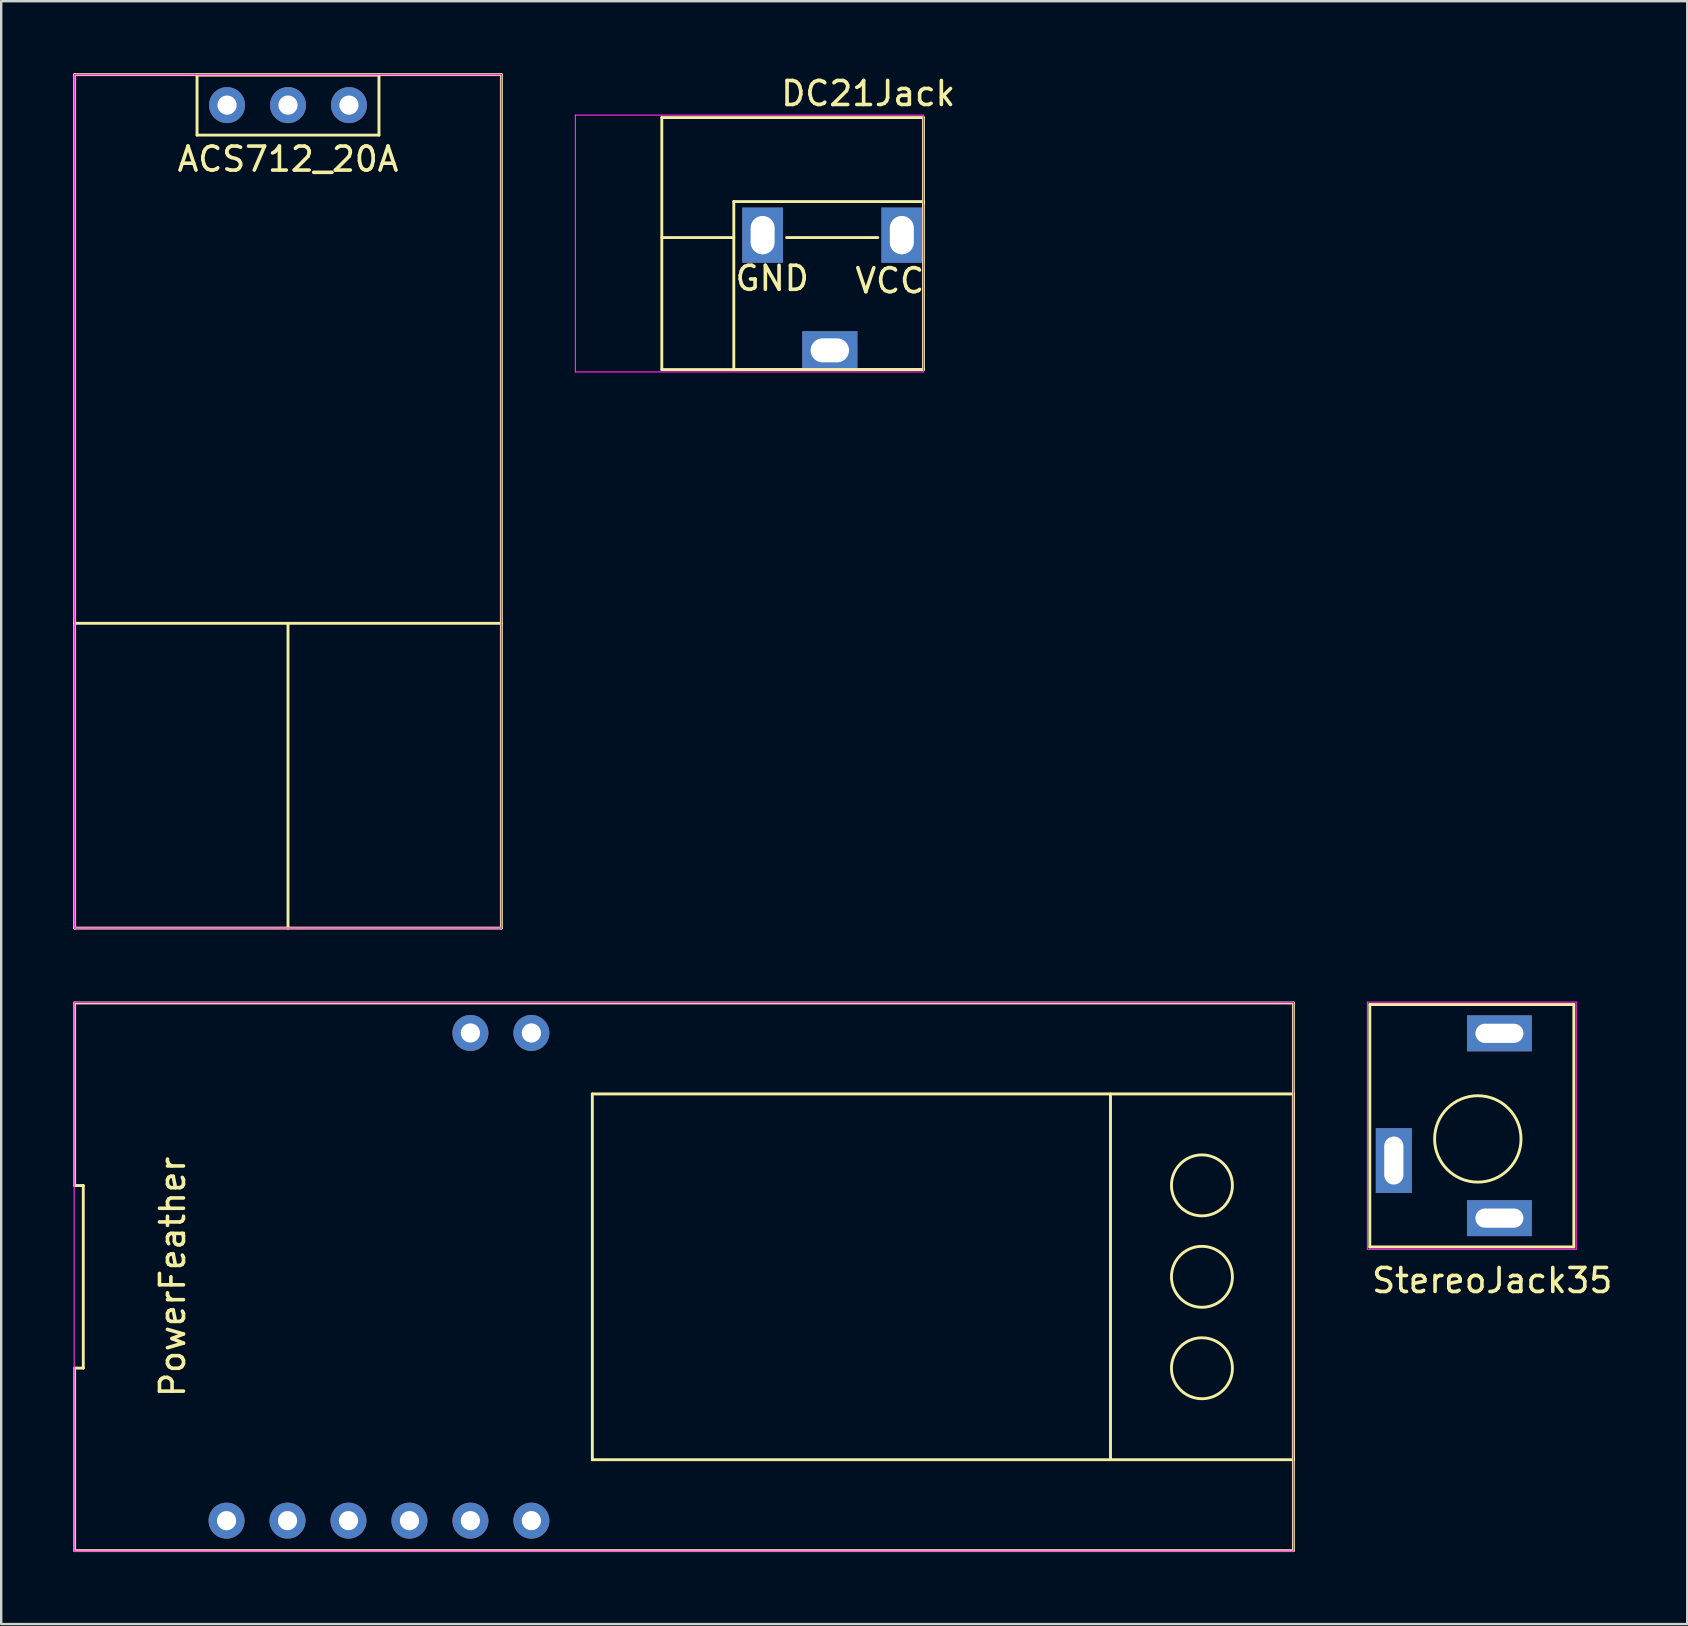
<source format=kicad_pcb>
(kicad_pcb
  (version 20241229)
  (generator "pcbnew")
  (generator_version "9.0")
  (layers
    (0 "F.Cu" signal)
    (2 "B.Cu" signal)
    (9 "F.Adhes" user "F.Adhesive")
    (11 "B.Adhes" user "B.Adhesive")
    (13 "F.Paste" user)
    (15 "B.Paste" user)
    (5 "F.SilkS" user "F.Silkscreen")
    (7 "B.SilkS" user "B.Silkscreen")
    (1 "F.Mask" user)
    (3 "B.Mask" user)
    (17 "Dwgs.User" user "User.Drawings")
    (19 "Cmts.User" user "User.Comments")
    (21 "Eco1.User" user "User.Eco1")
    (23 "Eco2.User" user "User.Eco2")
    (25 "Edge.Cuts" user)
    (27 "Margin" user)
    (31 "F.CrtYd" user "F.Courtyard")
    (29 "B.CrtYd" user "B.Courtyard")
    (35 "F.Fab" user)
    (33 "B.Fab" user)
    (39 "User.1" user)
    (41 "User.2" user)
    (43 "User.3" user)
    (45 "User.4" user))
  (footprint "DC21Jack"
    (layer "F.Cu")
    (at 34.525 6.748)
    (property "Reference" "DC21Jack" (at -1.4 -5.9 0) (layer "F.SilkS") (effects (font (size 1 1) (thickness 0.15))))
    (attr through_hole)
    (fp_line (start -10 -4.9) (end 0.9 -4.9) (stroke (width 0.12) (type solid)) (layer "F.SilkS"))
    (fp_line (start -10 0.1) (end -7 0.1) (stroke (width 0.12) (type solid)) (layer "F.SilkS"))
    (fp_line (start -10 5.6) (end -10 -4.9) (stroke (width 0.12) (type solid)) (layer "F.SilkS"))
    (fp_line (start -7 -1.4) (end 0.9 -1.4) (stroke (width 0.12) (type solid)) (layer "F.SilkS"))
    (fp_line (start -7 5.6) (end -7 -1.4) (stroke (width 0.12) (type solid)) (layer "F.SilkS"))
    (fp_line (start -4.8 0.1) (end -1 0.1) (stroke (width 0.12) (type solid)) (layer "F.SilkS"))
    (fp_line (start 0.9 -4.9) (end 0.9 -1.3) (stroke (width 0.12) (type solid)) (layer "F.SilkS"))
    (fp_line (start 0.9 -1.4) (end 0.9 5.6) (stroke (width 0.12) (type solid)) (layer "F.SilkS"))
    (fp_line (start 0.9 5.6) (end -10 5.6) (stroke (width 0.12) (type solid)) (layer "F.SilkS"))
    (fp_line (start 0.9 5.6) (end -7 5.6) (stroke (width 0.12) (type solid)) (layer "F.SilkS"))
    (fp_line (start -13.6 5.7) (end -13.6 -5) (stroke (width 0.05) (type solid)) (layer "F.CrtYd"))
    (fp_line (start 0.9 -5) (end -13.6 -5) (stroke (width 0.05) (type solid)) (layer "F.CrtYd"))
    (fp_line (start 0.9 -5) (end 0.9 5.7) (stroke (width 0.05) (type solid)) (layer "F.CrtYd"))
    (fp_line (start 0.9 5.7) (end -13.6 5.7) (stroke (width 0.05) (type solid)) (layer "F.CrtYd"))
    (fp_text user "VCC" (at -0.5 1.9 0) (layer "F.SilkS") (effects (font (size 1 1) (thickness 0.15))))
    (fp_text user "GND" (at -5.4 1.8 0) (layer "F.SilkS") (effects (font (size 1 1) (thickness 0.15))))
    (pad "1" thru_hole rect (at 0 0) (size 1.7 2.3) (drill oval 1 1.6) (layers "*.Cu" "*.Mask"))
    (pad "2" thru_hole rect (at -5.8 0) (size 1.7 2.3) (drill oval 1 1.6) (layers "*.Cu" "*.Mask"))
    (pad "3" thru_hole rect (at -3 4.8) (size 2.3 1.6) (drill oval 1.6 1) (layers "*.Cu" "*.Mask")))
  (footprint "PowerFeather"
    (layer "F.Cu")
    (at 6.39 60.31)
    (property "Reference" "PowerFeather" (at -2.25 -10.16 90) (layer "F.SilkS") (effects (font (size 1 1) (thickness 0.15))))
    (attr through_hole)
    (fp_line (start -6.33 -13.963) (end -5.97 -13.963) (stroke (width 0.12) (type solid)) (layer "F.SilkS"))
    (fp_line (start -6.33 -6.357) (end -6.33 1.25) (stroke (width 0.12) (type solid)) (layer "F.SilkS"))
    (fp_line (start -6.33 1.25) (end 44.45 1.25) (stroke (width 0.12) (type solid)) (layer "F.SilkS"))
    (fp_line (start -6.33 -21.57) (end -6.33 -13.963) (stroke (width 0.12) (type solid)) (layer "F.SilkS"))
    (fp_line (start -5.97 -13.963) (end -5.97 -6.357) (stroke (width 0.12) (type solid)) (layer "F.SilkS"))
    (fp_line (start -5.97 -6.357) (end -6.33 -6.357) (stroke (width 0.12) (type solid)) (layer "F.SilkS"))
    (fp_line (start 15.24 -17.78) (end 15.24 -2.54) (stroke (width 0.12) (type solid)) (layer "F.SilkS"))
    (fp_line (start 15.24 -2.54) (end 44.45 -2.54) (stroke (width 0.12) (type solid)) (layer "F.SilkS"))
    (fp_line (start 36.83 -2.54) (end 36.83 -17.78) (stroke (width 0.12) (type solid)) (layer "F.SilkS"))
    (fp_line (start 44.45 -17.78) (end 15.24 -17.78) (stroke (width 0.12) (type solid)) (layer "F.SilkS"))
    (fp_line (start 44.45 -2.54) (end 44.45 -17.78) (stroke (width 0.12) (type solid)) (layer "F.SilkS"))
    (fp_line (start 44.45 1.25) (end 44.45 -21.57) (stroke (width 0.12) (type solid)) (layer "F.SilkS"))
    (fp_line (start 44.45 -21.57) (end -6.33 -21.57) (stroke (width 0.12) (type solid)) (layer "F.SilkS"))
    (fp_circle (center 40.64 -13.97) (end 41.91 -13.97) (stroke (width 0.12) (type solid)) (fill no) (layer "F.SilkS"))
    (fp_circle (center 40.64 -10.16) (end 41.91 -10.16) (stroke (width 0.12) (type solid)) (fill no) (layer "F.SilkS"))
    (fp_circle (center 40.64 -6.35) (end 41.91 -6.35) (stroke (width 0.12) (type solid)) (fill no) (layer "F.SilkS"))
    (fp_line (start -6.35 -21.59) (end 44.45 -21.59) (stroke (width 0.05) (type solid)) (layer "F.CrtYd"))
    (fp_line (start -6.35 1.27) (end -6.35 -21.59) (stroke (width 0.05) (type solid)) (layer "F.CrtYd"))
    (fp_line (start -6.35 1.27) (end 44.45 1.27) (stroke (width 0.05) (type solid)) (layer "F.CrtYd"))
    (fp_line (start 44.45 -21.59) (end 44.45 1.27) (stroke (width 0.05) (type solid)) (layer "F.CrtYd"))
    (pad "1" thru_hole circle (at 0 0) (size 1.5 1.5) (drill 0.8) (layers "*.Cu" "*.Mask"))
    (pad "2" thru_hole circle (at 2.54 0) (size 1.5 1.5) (drill 0.8) (layers "*.Cu" "*.Mask"))
    (pad "3" thru_hole circle (at 5.08 0) (size 1.5 1.5) (drill 0.8) (layers "*.Cu" "*.Mask"))
    (pad "4" thru_hole circle (at 7.62 0) (size 1.5 1.5) (drill 0.8) (layers "*.Cu" "*.Mask"))
    (pad "5" thru_hole circle (at 10.16 0) (size 1.5 1.5) (drill 0.8) (layers "*.Cu" "*.Mask"))
    (pad "6" thru_hole circle (at 12.7 0) (size 1.5 1.5) (drill 0.8) (layers "*.Cu" "*.Mask"))
    (pad "7" thru_hole circle (at 12.7 -20.32) (size 1.5 1.5) (drill 0.8) (layers "*.Cu" "*.Mask"))
    (pad "8" thru_hole circle (at 10.16 -20.32) (size 1.5 1.5) (drill 0.8) (layers "*.Cu" "*.Mask")))
  (footprint "ACS712_20A"
    (layer "F.Cu")
    (at 8.95 1.33)
    (property "Reference" "ACS712_20A" (at 0 2.25 0) (layer "F.SilkS") (effects (font (size 1 1) (thickness 0.15))))
    (attr through_hole)
    (fp_line (start -8.89 -1.27) (end -8.89 21.59) (stroke (width 0.12) (type solid)) (layer "F.SilkS"))
    (fp_line (start -8.89 21.59) (end -8.89 34.29) (stroke (width 0.12) (type solid)) (layer "F.SilkS"))
    (fp_line (start -8.89 34.29) (end 8.89 34.29) (stroke (width 0.12) (type solid)) (layer "F.SilkS"))
    (fp_line (start -3.79 -1.25) (end 3.79 -1.25) (stroke (width 0.12) (type solid)) (layer "F.SilkS"))
    (fp_line (start -3.79 1.25) (end -3.79 -1.25) (stroke (width 0.12) (type solid)) (layer "F.SilkS"))
    (fp_line (start 0 34.29) (end 0 21.59) (stroke (width 0.12) (type solid)) (layer "F.SilkS"))
    (fp_line (start 3.79 -1.25) (end 3.79 1.25) (stroke (width 0.12) (type solid)) (layer "F.SilkS"))
    (fp_line (start 3.79 1.25) (end -3.79 1.25) (stroke (width 0.12) (type solid)) (layer "F.SilkS"))
    (fp_line (start 8.89 -1.27) (end -8.89 -1.27) (stroke (width 0.12) (type solid)) (layer "F.SilkS"))
    (fp_line (start 8.89 21.59) (end -8.89 21.59) (stroke (width 0.12) (type solid)) (layer "F.SilkS"))
    (fp_line (start 8.89 34.29) (end 8.89 -1.27) (stroke (width 0.12) (type solid)) (layer "F.SilkS"))
    (fp_line (start -8.89 -1.27) (end 8.89 -1.27) (stroke (width 0.05) (type solid)) (layer "F.CrtYd"))
    (fp_line (start -8.89 34.29) (end -8.89 -1.27) (stroke (width 0.05) (type solid)) (layer "F.CrtYd"))
    (fp_line (start -8.89 34.29) (end 8.89 34.29) (stroke (width 0.05) (type solid)) (layer "F.CrtYd"))
    (fp_line (start 8.89 -1.27) (end 8.89 34.29) (stroke (width 0.05) (type solid)) (layer "F.CrtYd"))
    (pad "1" thru_hole circle (at -2.54 0) (size 1.5 1.5) (drill 0.8) (layers "*.Cu" "*.Mask"))
    (pad "2" thru_hole circle (at 0 0) (size 1.5 1.5) (drill 0.8) (layers "*.Cu" "*.Mask"))
    (pad "3" thru_hole circle (at 2.54 0) (size 1.5 1.5) (drill 0.8) (layers "*.Cu" "*.Mask")))
  (footprint "StereoJack35"
    (layer "F.Cu")
    (at 58.525 44.405)
    (property "Reference" "StereoJack35" (at 0.6 5.9 0) (layer "F.SilkS") (effects (font (size 1 1) (thickness 0.15))))
    (attr through_hole)
    (fp_line (start -4.5 -5.6) (end -4.5 4.5) (stroke (width 0.12) (type solid)) (layer "F.SilkS"))
    (fp_line (start -4.5 -5.6) (end 4 -5.6) (stroke (width 0.12) (type solid)) (layer "F.SilkS"))
    (fp_line (start -4.5 4.5) (end 4 4.5) (stroke (width 0.12) (type solid)) (layer "F.SilkS"))
    (fp_line (start 4 4.5) (end 4 -5.6) (stroke (width 0.12) (type solid)) (layer "F.SilkS"))
    (fp_circle (center 0 0) (end 1.8 0) (stroke (width 0.12) (type solid)) (fill no) (layer "F.SilkS"))
    (fp_line (start -4.6 -5.7) (end 4.1 -5.7) (stroke (width 0.05) (type solid)) (layer "F.CrtYd"))
    (fp_line (start -4.6 4.6) (end -4.6 -5.7) (stroke (width 0.05) (type solid)) (layer "F.CrtYd"))
    (fp_line (start 4.1 -5.7) (end 4.1 4.6) (stroke (width 0.05) (type solid)) (layer "F.CrtYd"))
    (fp_line (start 4.1 4.6) (end -4.6 4.6) (stroke (width 0.05) (type solid)) (layer "F.CrtYd"))
    (pad "1" thru_hole rect (at -3.5 0.9) (size 1.5 2.7) (drill oval 0.8 2) (layers "*.Cu" "*.Mask"))
    (pad "2" thru_hole rect (at 0.9 -4.4) (size 2.7 1.5) (drill oval 2 0.8) (layers "*.Cu" "*.Mask"))
    (pad "3" thru_hole rect (at 0.9 3.3) (size 2.7 1.5) (drill oval 2 0.8) (layers "*.Cu" "*.Mask")))
  (gr_rect
    (start -3 -3)
    (end 67.25 64.62)
    (stroke (width 0.1) (type default))
    (fill no)
    (layer "Edge.Cuts")))
</source>
